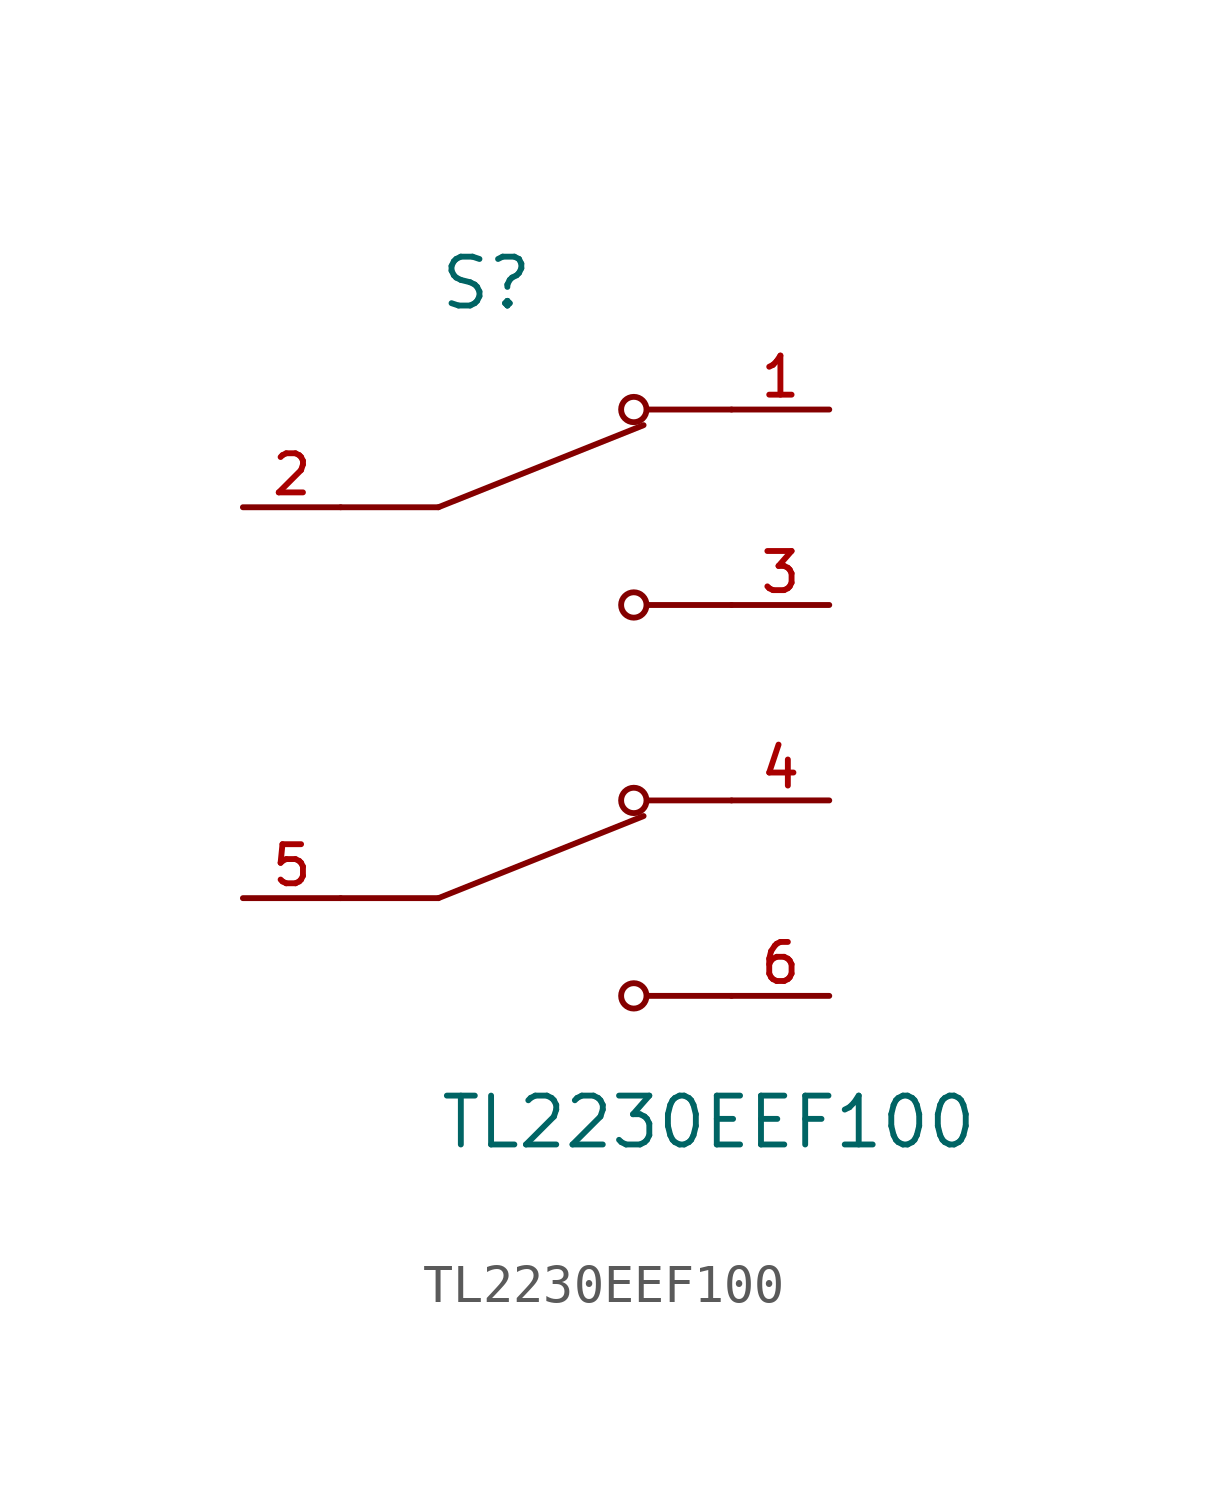
<source format=kicad_sym>
(kicad_symbol_lib
  (version 20211014)
  (generator kicad_symbol_editor)
  (symbol "TL2230EEF100"
    (pin_names
      (offset 1.016))
    (property "Reference" "S"
      (at -2.54 10.16 0)
      (effects (font (size 1.27 1.27)) (justify bottom left)))
    (property "Value" "TL2230EEF100"
      (at -2.54 -10.16 0)
      (effects (font (size 1.27 1.27)) (justify top left)))
    (symbol "TL2230EEF100_0_0"
      (polyline (pts (xy -2.54 5.08) (xy 2.794 7.214)) (stroke (width 0.152)))
      (circle (center 2.54 7.62) (radius 0.33) (stroke (width 0.152)) (fill (type none)))
      (circle (center 2.54 2.54) (radius 0.33) (stroke (width 0.152)) (fill (type none)))
      (polyline (pts (xy 5.08 2.54) (xy 2.921 2.54)) (stroke (width 0.152)))
      (polyline (pts (xy 5.08 7.62) (xy 2.921 7.62)) (stroke (width 0.152)))
      (polyline (pts (xy -2.54 5.08) (xy -5.08 5.08)) (stroke (width 0.152)))
      (polyline (pts (xy -2.54 -5.08) (xy 2.794 -2.946)) (stroke (width 0.152)))
      (circle (center 2.54 -2.54) (radius 0.33) (stroke (width 0.152)) (fill (type none)))
      (circle (center 2.54 -7.62) (radius 0.33) (stroke (width 0.152)) (fill (type none)))
      (polyline (pts (xy 5.08 -7.62) (xy 2.921 -7.62)) (stroke (width 0.152)))
      (polyline (pts (xy 5.08 -2.54) (xy 2.921 -2.54)) (stroke (width 0.152)))
      (polyline (pts (xy -2.54 -5.08) (xy -5.08 -5.08)) (stroke (width 0.152)))
      (pin passive line (at 7.62 7.62 180.0) (length 2.54) (name "~" (effects (font (size 1.016 1.016)))) (number "1" (effects (font (size 1.016 1.016)))))
      (pin passive line (at -7.62 5.08 0) (length 2.54) (name "~" (effects (font (size 1.016 1.016)))) (number "2" (effects (font (size 1.016 1.016)))))
      (pin passive line (at 7.62 2.54 180.0) (length 2.54) (name "~" (effects (font (size 1.016 1.016)))) (number "3" (effects (font (size 1.016 1.016)))))
      (pin passive line (at 7.62 -2.54 180.0) (length 2.54) (name "~" (effects (font (size 1.016 1.016)))) (number "4" (effects (font (size 1.016 1.016)))))
      (pin passive line (at -7.62 -5.08 0) (length 2.54) (name "~" (effects (font (size 1.016 1.016)))) (number "5" (effects (font (size 1.016 1.016)))))
      (pin passive line (at 7.62 -7.62 180.0) (length 2.54) (name "~" (effects (font (size 1.016 1.016)))) (number "6" (effects (font (size 1.016 1.016))))))))
</source>
